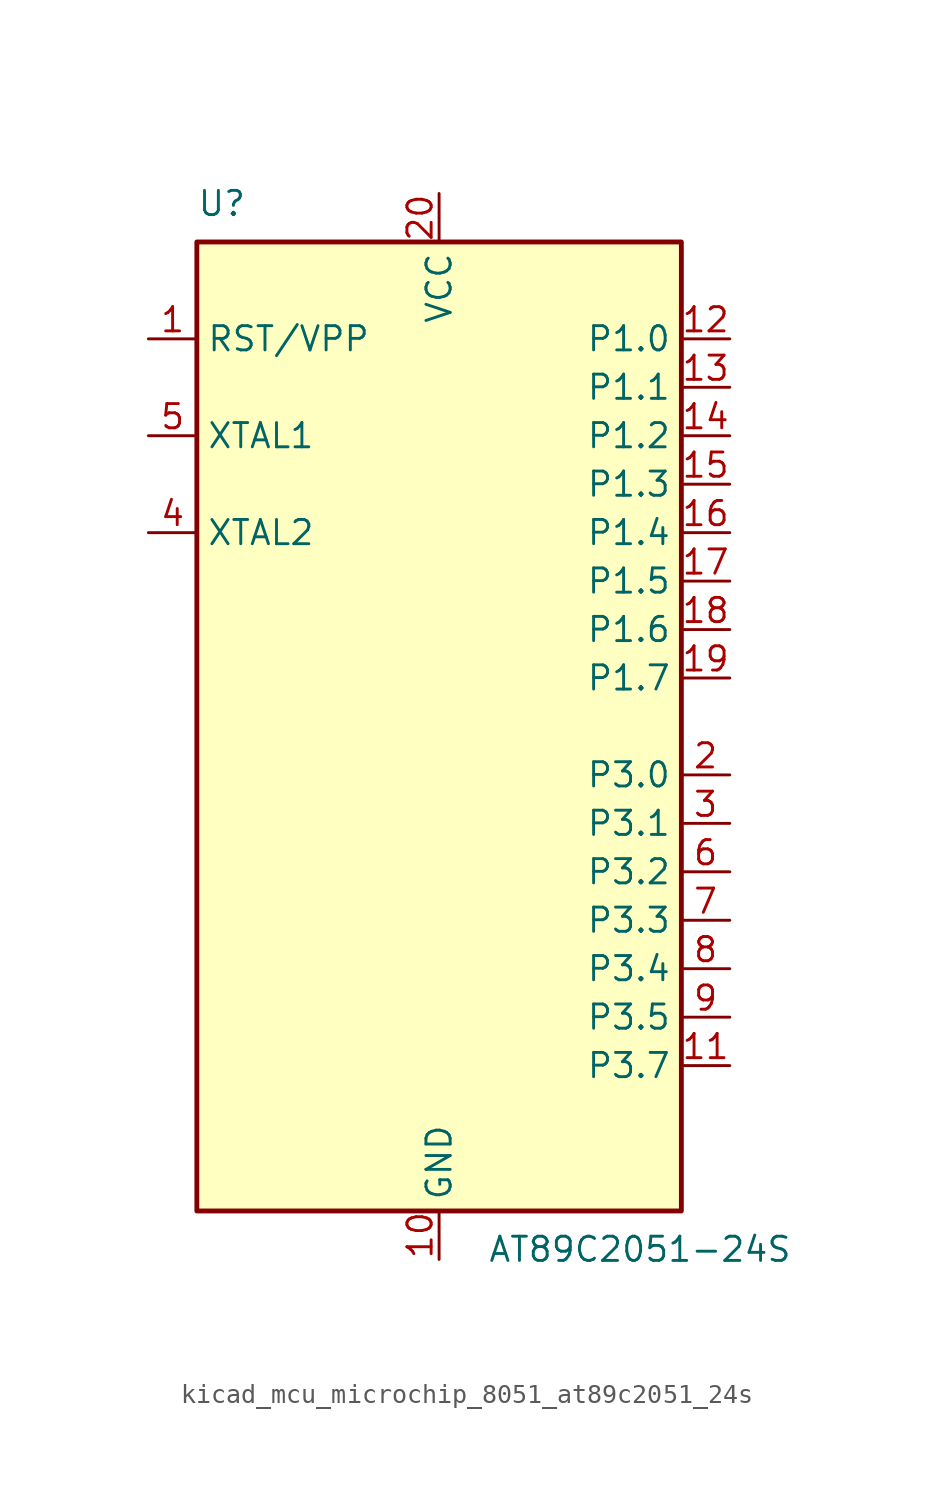
<source format=kicad_sym>
(kicad_symbol_lib
  (version 20220914)
  (generator kicad_symbol_editor)
  (symbol "kicad_mcu_microchip_8051_at89c2051_24s"
    (property "Reference" "U"
      (at -12.7 26.67 0)
      (effects (font (size 1.27 1.27)) (justify left bottom)))
    (property "Value" "AT89C2051-24S"
      (at 2.54 -26.67 0)
      (effects (font (size 1.27 1.27)) (justify left top)))
    (symbol "kicad_mcu_microchip_8051_at89c2051_24s_0_1"
      (rectangle (start -12.7 -25.4) (end 12.7 25.4) (stroke (width 0.254) (type default)) (fill (type background))))
    (symbol "kicad_mcu_microchip_8051_at89c2051_24s_1_1"
      (pin input line (at -15.24 20.32 0) (length 2.54) (name "RST/VPP" (effects (font (size 1.27 1.27)))) (number "1" (effects (font (size 1.27 1.27)))))
      (pin power_in line (at 0 -27.94 90) (length 2.54) (name "GND" (effects (font (size 1.27 1.27)))) (number "10" (effects (font (size 1.27 1.27)))))
      (pin bidirectional line (at 15.24 -17.78 180) (length 2.54) (name "P3.7" (effects (font (size 1.27 1.27)))) (number "11" (effects (font (size 1.27 1.27)))))
      (pin bidirectional line (at 15.24 20.32 180) (length 2.54) (name "P1.0" (effects (font (size 1.27 1.27)))) (number "12" (effects (font (size 1.27 1.27)))))
      (pin bidirectional line (at 15.24 17.78 180) (length 2.54) (name "P1.1" (effects (font (size 1.27 1.27)))) (number "13" (effects (font (size 1.27 1.27)))))
      (pin bidirectional line (at 15.24 15.24 180) (length 2.54) (name "P1.2" (effects (font (size 1.27 1.27)))) (number "14" (effects (font (size 1.27 1.27)))))
      (pin bidirectional line (at 15.24 12.7 180) (length 2.54) (name "P1.3" (effects (font (size 1.27 1.27)))) (number "15" (effects (font (size 1.27 1.27)))))
      (pin bidirectional line (at 15.24 10.16 180) (length 2.54) (name "P1.4" (effects (font (size 1.27 1.27)))) (number "16" (effects (font (size 1.27 1.27)))))
      (pin bidirectional line (at 15.24 7.62 180) (length 2.54) (name "P1.5" (effects (font (size 1.27 1.27)))) (number "17" (effects (font (size 1.27 1.27)))))
      (pin bidirectional line (at 15.24 5.08 180) (length 2.54) (name "P1.6" (effects (font (size 1.27 1.27)))) (number "18" (effects (font (size 1.27 1.27)))))
      (pin bidirectional line (at 15.24 2.54 180) (length 2.54) (name "P1.7" (effects (font (size 1.27 1.27)))) (number "19" (effects (font (size 1.27 1.27)))))
      (pin bidirectional line (at 15.24 -2.54 180) (length 2.54) (name "P3.0" (effects (font (size 1.27 1.27)))) (number "2" (effects (font (size 1.27 1.27)))))
      (pin power_in line (at 0 27.94 270) (length 2.54) (name "VCC" (effects (font (size 1.27 1.27)))) (number "20" (effects (font (size 1.27 1.27)))))
      (pin bidirectional line (at 15.24 -5.08 180) (length 2.54) (name "P3.1" (effects (font (size 1.27 1.27)))) (number "3" (effects (font (size 1.27 1.27)))))
      (pin output line (at -15.24 10.16 0) (length 2.54) (name "XTAL2" (effects (font (size 1.27 1.27)))) (number "4" (effects (font (size 1.27 1.27)))))
      (pin input line (at -15.24 15.24 0) (length 2.54) (name "XTAL1" (effects (font (size 1.27 1.27)))) (number "5" (effects (font (size 1.27 1.27)))))
      (pin bidirectional line (at 15.24 -7.62 180) (length 2.54) (name "P3.2" (effects (font (size 1.27 1.27)))) (number "6" (effects (font (size 1.27 1.27)))))
      (pin bidirectional line (at 15.24 -10.16 180) (length 2.54) (name "P3.3" (effects (font (size 1.27 1.27)))) (number "7" (effects (font (size 1.27 1.27)))))
      (pin bidirectional line (at 15.24 -12.7 180) (length 2.54) (name "P3.4" (effects (font (size 1.27 1.27)))) (number "8" (effects (font (size 1.27 1.27)))))
      (pin bidirectional line (at 15.24 -15.24 180) (length 2.54) (name "P3.5" (effects (font (size 1.27 1.27)))) (number "9" (effects (font (size 1.27 1.27))))))))
</source>
